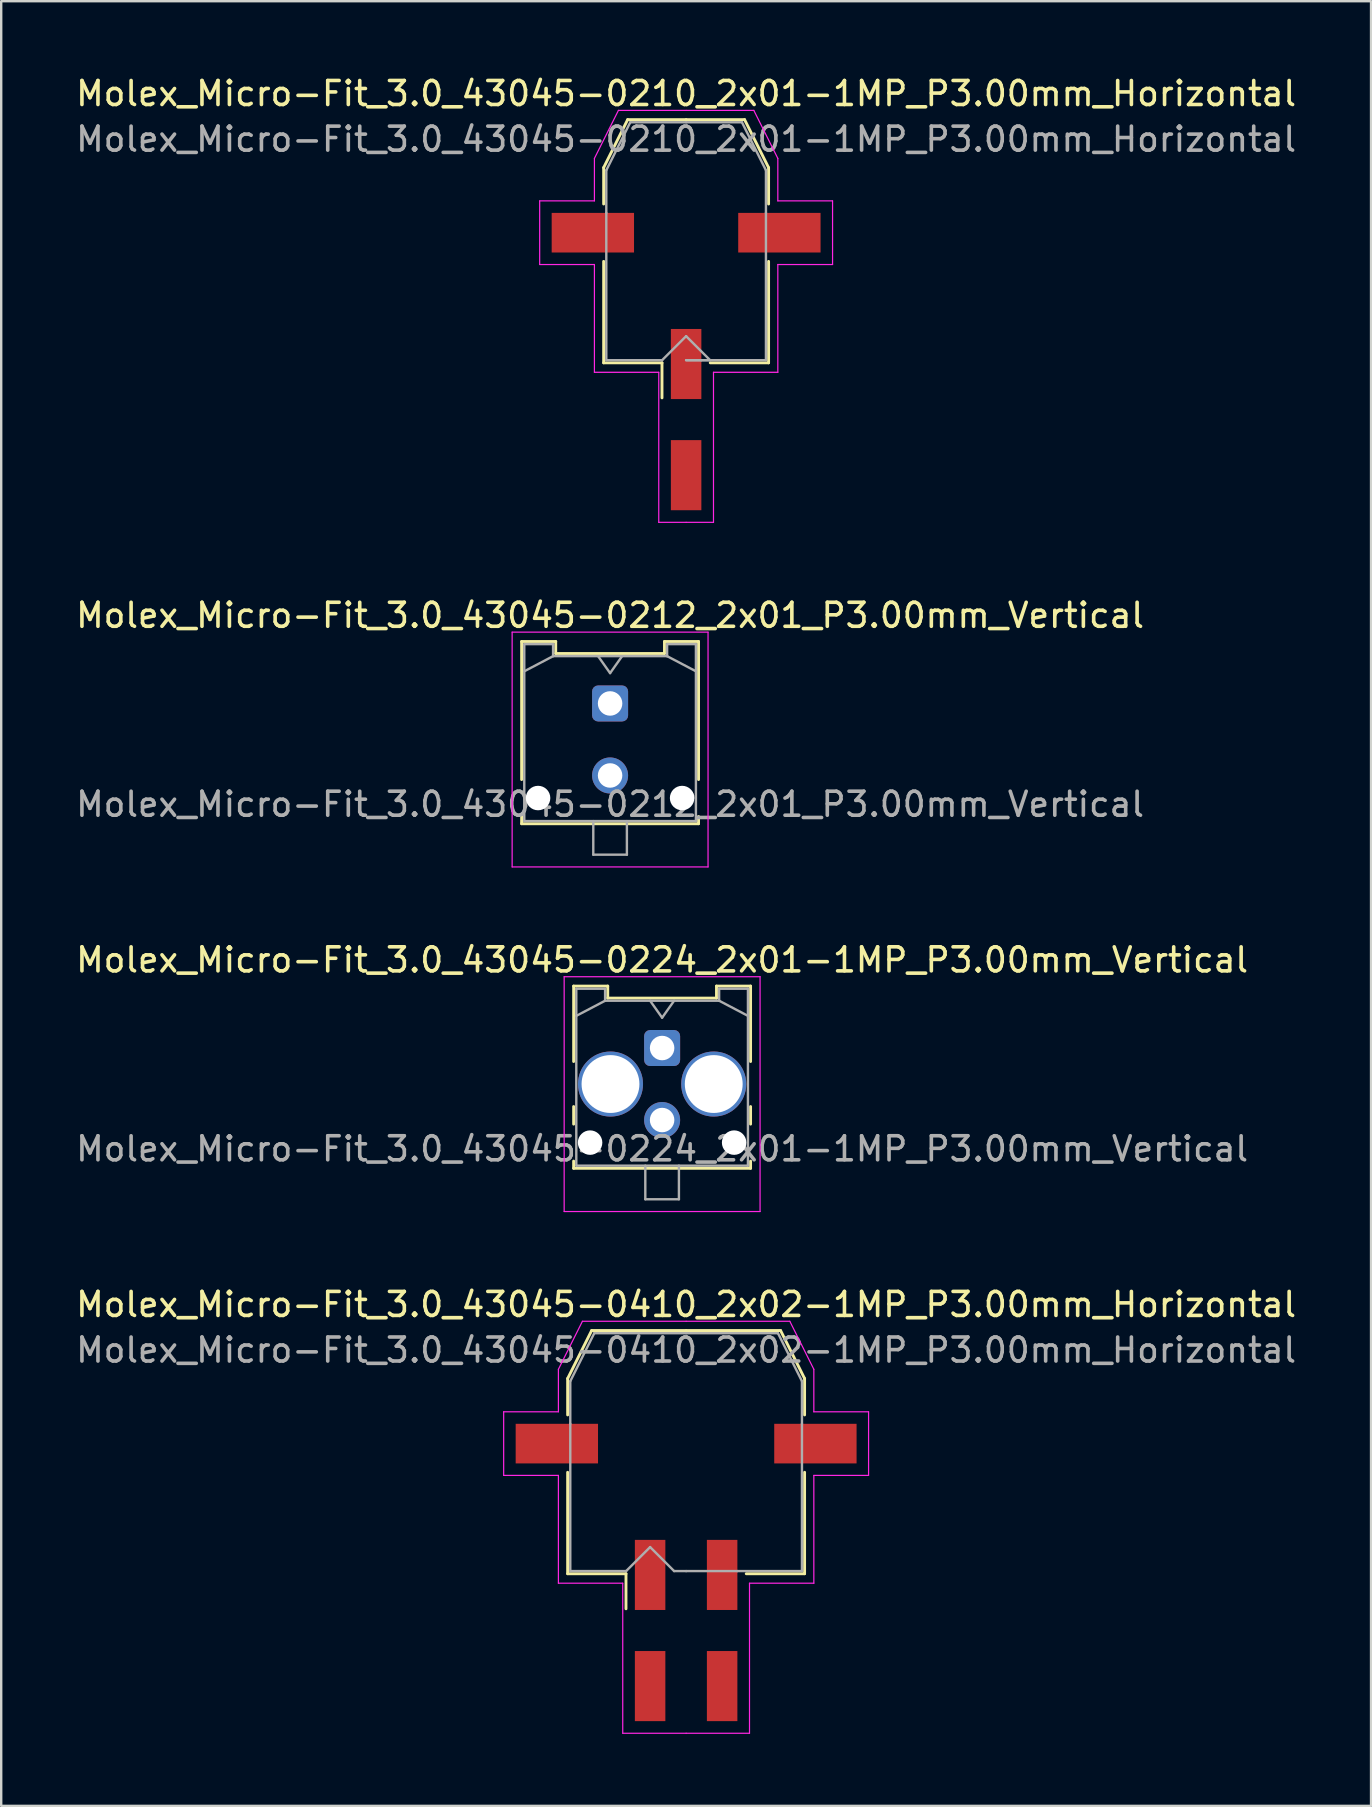
<source format=kicad_pcb>
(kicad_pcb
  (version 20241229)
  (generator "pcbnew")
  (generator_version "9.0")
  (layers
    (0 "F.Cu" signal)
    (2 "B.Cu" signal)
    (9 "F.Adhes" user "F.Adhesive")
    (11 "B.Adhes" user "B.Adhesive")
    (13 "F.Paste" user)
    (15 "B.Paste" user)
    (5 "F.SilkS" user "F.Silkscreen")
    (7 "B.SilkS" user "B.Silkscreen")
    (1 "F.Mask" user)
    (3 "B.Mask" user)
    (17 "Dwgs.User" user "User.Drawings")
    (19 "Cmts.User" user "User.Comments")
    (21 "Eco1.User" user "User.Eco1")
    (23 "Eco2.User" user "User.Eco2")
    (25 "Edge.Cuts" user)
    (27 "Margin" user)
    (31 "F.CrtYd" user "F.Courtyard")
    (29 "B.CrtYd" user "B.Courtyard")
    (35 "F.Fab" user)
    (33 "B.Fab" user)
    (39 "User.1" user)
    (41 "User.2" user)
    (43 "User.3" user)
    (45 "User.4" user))
  (footprint "Molex_Micro-Fit_3.0_43045-0212_2x01_P3.00mm_Vertical"
    (layer "F.Cu")
    (at 22.363 26.252)
    (property "Reference" "Molex_Micro-Fit_3.0_43045-0212_2x01_P3.00mm_Vertical" (at 0 -3.67 0) (layer "F.SilkS") (effects (font (size 1 1) (thickness 0.15))))
    (fp_line (start -3.685 -2.58) (end -2.265 -2.58) (stroke (width 0.12) (type solid)) (layer "F.SilkS"))
    (fp_line (start -3.685 3.17) (end -3.685 -2.58) (stroke (width 0.12) (type solid)) (layer "F.SilkS"))
    (fp_line (start -3.685 4.71) (end -3.685 5.01) (stroke (width 0.12) (type solid)) (layer "F.SilkS"))
    (fp_line (start -3.685 5.01) (end 3.685 5.01) (stroke (width 0.12) (type solid)) (layer "F.SilkS"))
    (fp_line (start -2.265 -2.58) (end -2.265 -2.08) (stroke (width 0.12) (type solid)) (layer "F.SilkS"))
    (fp_line (start -2.265 -2.08) (end 2.265 -2.08) (stroke (width 0.12) (type solid)) (layer "F.SilkS"))
    (fp_line (start 2.265 -2.58) (end 3.685 -2.58) (stroke (width 0.12) (type solid)) (layer "F.SilkS"))
    (fp_line (start 2.265 -2.08) (end 2.265 -2.58) (stroke (width 0.12) (type solid)) (layer "F.SilkS"))
    (fp_line (start 3.685 -2.58) (end 3.685 3.17) (stroke (width 0.12) (type solid)) (layer "F.SilkS"))
    (fp_line (start 3.685 5.01) (end 3.685 4.71) (stroke (width 0.12) (type solid)) (layer "F.SilkS"))
    (fp_line (start -4.08 -2.97) (end 4.08 -2.97) (stroke (width 0.05) (type solid)) (layer "F.CrtYd"))
    (fp_line (start -4.08 6.81) (end -4.08 -2.97) (stroke (width 0.05) (type solid)) (layer "F.CrtYd"))
    (fp_line (start 4.08 -2.97) (end 4.08 6.81) (stroke (width 0.05) (type solid)) (layer "F.CrtYd"))
    (fp_line (start 4.08 6.81) (end -4.08 6.81) (stroke (width 0.05) (type solid)) (layer "F.CrtYd"))
    (fp_line (start -3.575 -2.47) (end -3.575 4.9) (stroke (width 0.1) (type solid)) (layer "F.Fab"))
    (fp_line (start -3.575 -1.34) (end -2.375 -1.97) (stroke (width 0.1) (type solid)) (layer "F.Fab"))
    (fp_line (start -3.575 4.9) (end 3.575 4.9) (stroke (width 0.1) (type solid)) (layer "F.Fab"))
    (fp_line (start -2.375 -2.47) (end -3.575 -2.47) (stroke (width 0.1) (type solid)) (layer "F.Fab"))
    (fp_line (start -2.375 -1.97) (end -2.375 -2.47) (stroke (width 0.1) (type solid)) (layer "F.Fab"))
    (fp_line (start -0.7 4.9) (end -0.7 6.3) (stroke (width 0.1) (type solid)) (layer "F.Fab"))
    (fp_line (start -0.7 6.3) (end 0.7 6.3) (stroke (width 0.1) (type solid)) (layer "F.Fab"))
    (fp_line (start -0.5 -1.97) (end 0 -1.263) (stroke (width 0.1) (type solid)) (layer "F.Fab"))
    (fp_line (start 0 -1.263) (end 0.5 -1.97) (stroke (width 0.1) (type solid)) (layer "F.Fab"))
    (fp_line (start 0.7 6.3) (end 0.7 4.9) (stroke (width 0.1) (type solid)) (layer "F.Fab"))
    (fp_line (start 2.375 -2.47) (end 2.375 -1.97) (stroke (width 0.1) (type solid)) (layer "F.Fab"))
    (fp_line (start 2.375 -1.97) (end -2.375 -1.97) (stroke (width 0.1) (type solid)) (layer "F.Fab"))
    (fp_line (start 3.575 -2.47) (end 2.375 -2.47) (stroke (width 0.1) (type solid)) (layer "F.Fab"))
    (fp_line (start 3.575 -1.34) (end 2.375 -1.97) (stroke (width 0.1) (type solid)) (layer "F.Fab"))
    (fp_line (start 3.575 4.9) (end 3.575 -2.47) (stroke (width 0.1) (type solid)) (layer "F.Fab"))
    (fp_text user "${REFERENCE}" (at 0 4.2 0) (layer "F.Fab") (effects (font (size 1 1) (thickness 0.15))))
    (pad "" np_thru_hole circle (at -3 3.94) (size 1.02 1.02) (drill 1.02) (layers "*.Cu" "*.Mask"))
    (pad "" np_thru_hole circle (at 3 3.94) (size 1.02 1.02) (drill 1.02) (layers "*.Cu" "*.Mask"))
    (pad "1" thru_hole roundrect (at 0 0) (size 1.5 1.5) (drill 1.02) (layers "*.Cu" "*.Mask") (roundrect_rratio 0.167))
    (pad "2" thru_hole circle (at 0 3) (size 1.5 1.5) (drill 1.02) (layers "*.Cu" "*.Mask")))
  (footprint "Molex_Micro-Fit_3.0_43045-0224_2x01-1MP_P3.00mm_Vertical"
    (layer "F.Cu")
    (at 24.53 40.605)
    (property "Reference" "Molex_Micro-Fit_3.0_43045-0224_2x01-1MP_P3.00mm_Vertical" (at 0 -3.67 0) (layer "F.SilkS") (effects (font (size 1 1) (thickness 0.15))))
    (fp_line (start -3.685 -2.58) (end -2.265 -2.58) (stroke (width 0.12) (type solid)) (layer "F.SilkS"))
    (fp_line (start -3.685 0.562) (end -3.685 -2.58) (stroke (width 0.12) (type solid)) (layer "F.SilkS"))
    (fp_line (start -3.685 2.438) (end -3.685 3.17) (stroke (width 0.12) (type solid)) (layer "F.SilkS"))
    (fp_line (start -3.685 4.71) (end -3.685 5.01) (stroke (width 0.12) (type solid)) (layer "F.SilkS"))
    (fp_line (start -3.685 5.01) (end 3.685 5.01) (stroke (width 0.12) (type solid)) (layer "F.SilkS"))
    (fp_line (start -2.265 -2.58) (end -2.265 -2.08) (stroke (width 0.12) (type solid)) (layer "F.SilkS"))
    (fp_line (start -2.265 -2.08) (end 2.265 -2.08) (stroke (width 0.12) (type solid)) (layer "F.SilkS"))
    (fp_line (start 2.265 -2.58) (end 3.685 -2.58) (stroke (width 0.12) (type solid)) (layer "F.SilkS"))
    (fp_line (start 2.265 -2.08) (end 2.265 -2.58) (stroke (width 0.12) (type solid)) (layer "F.SilkS"))
    (fp_line (start 3.685 -2.58) (end 3.685 0.562) (stroke (width 0.12) (type solid)) (layer "F.SilkS"))
    (fp_line (start 3.685 2.438) (end 3.685 3.17) (stroke (width 0.12) (type solid)) (layer "F.SilkS"))
    (fp_line (start 3.685 5.01) (end 3.685 4.71) (stroke (width 0.12) (type solid)) (layer "F.SilkS"))
    (fp_line (start -4.08 -2.97) (end 4.08 -2.97) (stroke (width 0.05) (type solid)) (layer "F.CrtYd"))
    (fp_line (start -4.08 6.81) (end -4.08 -2.97) (stroke (width 0.05) (type solid)) (layer "F.CrtYd"))
    (fp_line (start 4.08 -2.97) (end 4.08 6.81) (stroke (width 0.05) (type solid)) (layer "F.CrtYd"))
    (fp_line (start 4.08 6.81) (end -4.08 6.81) (stroke (width 0.05) (type solid)) (layer "F.CrtYd"))
    (fp_line (start -3.575 -2.47) (end -3.575 4.9) (stroke (width 0.1) (type solid)) (layer "F.Fab"))
    (fp_line (start -3.575 -1.34) (end -2.375 -1.97) (stroke (width 0.1) (type solid)) (layer "F.Fab"))
    (fp_line (start -3.575 4.9) (end 3.575 4.9) (stroke (width 0.1) (type solid)) (layer "F.Fab"))
    (fp_line (start -2.375 -2.47) (end -3.575 -2.47) (stroke (width 0.1) (type solid)) (layer "F.Fab"))
    (fp_line (start -2.375 -1.97) (end -2.375 -2.47) (stroke (width 0.1) (type solid)) (layer "F.Fab"))
    (fp_line (start -0.7 4.9) (end -0.7 6.3) (stroke (width 0.1) (type solid)) (layer "F.Fab"))
    (fp_line (start -0.7 6.3) (end 0.7 6.3) (stroke (width 0.1) (type solid)) (layer "F.Fab"))
    (fp_line (start -0.5 -1.97) (end 0 -1.263) (stroke (width 0.1) (type solid)) (layer "F.Fab"))
    (fp_line (start 0 -1.263) (end 0.5 -1.97) (stroke (width 0.1) (type solid)) (layer "F.Fab"))
    (fp_line (start 0.7 6.3) (end 0.7 4.9) (stroke (width 0.1) (type solid)) (layer "F.Fab"))
    (fp_line (start 2.375 -2.47) (end 2.375 -1.97) (stroke (width 0.1) (type solid)) (layer "F.Fab"))
    (fp_line (start 2.375 -1.97) (end -2.375 -1.97) (stroke (width 0.1) (type solid)) (layer "F.Fab"))
    (fp_line (start 3.575 -2.47) (end 2.375 -2.47) (stroke (width 0.1) (type solid)) (layer "F.Fab"))
    (fp_line (start 3.575 -1.34) (end 2.375 -1.97) (stroke (width 0.1) (type solid)) (layer "F.Fab"))
    (fp_line (start 3.575 4.9) (end 3.575 -2.47) (stroke (width 0.1) (type solid)) (layer "F.Fab"))
    (fp_text user "${REFERENCE}" (at 0 4.2 0) (layer "F.Fab") (effects (font (size 1 1) (thickness 0.15))))
    (pad "" np_thru_hole circle (at -3 3.94) (size 1.02 1.02) (drill 1.02) (layers "*.Cu" "*.Mask"))
    (pad "" np_thru_hole circle (at 3 3.94) (size 1.02 1.02) (drill 1.02) (layers "*.Cu" "*.Mask"))
    (pad "1" thru_hole roundrect (at 0 0) (size 1.5 1.5) (drill 1.02) (layers "*.Cu" "*.Mask") (roundrect_rratio 0.167))
    (pad "2" thru_hole circle (at 0 3) (size 1.5 1.5) (drill 1.02) (layers "*.Cu" "*.Mask"))
    (pad "MP" thru_hole circle (at -2.15 1.5) (size 2.71 2.71) (drill 2.41) (layers "*.Cu" "*.Mask"))
    (pad "MP" thru_hole circle (at 2.15 1.5) (size 2.71 2.71) (drill 2.41) (layers "*.Cu" "*.Mask")))
  (footprint "Molex_Micro-Fit_3.0_43045-0410_2x02-1MP_P3.00mm_Horizontal"
    (layer "F.Cu")
    (at 25.53 64.868)
    (property "Reference" "Molex_Micro-Fit_3.0_43045-0410_2x02-1MP_P3.00mm_Horizontal" (at 0 -13.58 0) (layer "F.SilkS") (effects (font (size 1 1) (thickness 0.15))))
    (attr smd)
    (fp_line (start -4.935 -10.495) (end -4.935 -8.98) (stroke (width 0.12) (type solid)) (layer "F.SilkS"))
    (fp_line (start -4.935 -6.59) (end -4.935 -2.365) (stroke (width 0.12) (type solid)) (layer "F.SilkS"))
    (fp_line (start -4.935 -2.365) (end -2.505 -2.365) (stroke (width 0.12) (type solid)) (layer "F.SilkS"))
    (fp_line (start -3.935 -12.495) (end -4.935 -10.495) (stroke (width 0.12) (type solid)) (layer "F.SilkS"))
    (fp_line (start -2.505 -2.365) (end -2.505 -0.905) (stroke (width 0.12) (type solid)) (layer "F.SilkS"))
    (fp_line (start 0 -12.495) (end -3.935 -12.495) (stroke (width 0.12) (type solid)) (layer "F.SilkS"))
    (fp_line (start 0 -12.495) (end 3.935 -12.495) (stroke (width 0.12) (type solid)) (layer "F.SilkS"))
    (fp_line (start 3.935 -12.495) (end 4.935 -10.495) (stroke (width 0.12) (type solid)) (layer "F.SilkS"))
    (fp_line (start 4.935 -10.495) (end 4.935 -8.98) (stroke (width 0.12) (type solid)) (layer "F.SilkS"))
    (fp_line (start 4.935 -6.59) (end 4.935 -2.365) (stroke (width 0.12) (type solid)) (layer "F.SilkS"))
    (fp_line (start 4.935 -2.365) (end 2.505 -2.365) (stroke (width 0.12) (type solid)) (layer "F.SilkS"))
    (fp_line (start -7.6 -9.11) (end -7.6 -6.46) (stroke (width 0.05) (type solid)) (layer "F.CrtYd"))
    (fp_line (start -7.6 -6.46) (end -5.32 -6.46) (stroke (width 0.05) (type solid)) (layer "F.CrtYd"))
    (fp_line (start -5.32 -10.88) (end -5.32 -9.11) (stroke (width 0.05) (type solid)) (layer "F.CrtYd"))
    (fp_line (start -5.32 -9.11) (end -7.6 -9.11) (stroke (width 0.05) (type solid)) (layer "F.CrtYd"))
    (fp_line (start -5.32 -6.46) (end -5.32 -1.97) (stroke (width 0.05) (type solid)) (layer "F.CrtYd"))
    (fp_line (start -5.32 -1.97) (end -2.64 -1.97) (stroke (width 0.05) (type solid)) (layer "F.CrtYd"))
    (fp_line (start -4.32 -12.88) (end -5.32 -10.88) (stroke (width 0.05) (type solid)) (layer "F.CrtYd"))
    (fp_line (start -2.64 -1.97) (end -2.64 4.28) (stroke (width 0.05) (type solid)) (layer "F.CrtYd"))
    (fp_line (start -2.64 4.28) (end 0 4.28) (stroke (width 0.05) (type solid)) (layer "F.CrtYd"))
    (fp_line (start 0 -12.88) (end -4.32 -12.88) (stroke (width 0.05) (type solid)) (layer "F.CrtYd"))
    (fp_line (start 0 -12.88) (end 4.32 -12.88) (stroke (width 0.05) (type solid)) (layer "F.CrtYd"))
    (fp_line (start 2.64 -1.97) (end 2.64 4.28) (stroke (width 0.05) (type solid)) (layer "F.CrtYd"))
    (fp_line (start 2.64 4.28) (end 0 4.28) (stroke (width 0.05) (type solid)) (layer "F.CrtYd"))
    (fp_line (start 4.32 -12.88) (end 5.32 -10.88) (stroke (width 0.05) (type solid)) (layer "F.CrtYd"))
    (fp_line (start 5.32 -10.88) (end 5.32 -9.11) (stroke (width 0.05) (type solid)) (layer "F.CrtYd"))
    (fp_line (start 5.32 -9.11) (end 7.6 -9.11) (stroke (width 0.05) (type solid)) (layer "F.CrtYd"))
    (fp_line (start 5.32 -6.46) (end 5.32 -1.97) (stroke (width 0.05) (type solid)) (layer "F.CrtYd"))
    (fp_line (start 5.32 -1.97) (end 2.64 -1.97) (stroke (width 0.05) (type solid)) (layer "F.CrtYd"))
    (fp_line (start 7.6 -9.11) (end 7.6 -6.46) (stroke (width 0.05) (type solid)) (layer "F.CrtYd"))
    (fp_line (start 7.6 -6.46) (end 5.32 -6.46) (stroke (width 0.05) (type solid)) (layer "F.CrtYd"))
    (fp_line (start -4.825 -10.385) (end -4.825 -8.61) (stroke (width 0.1) (type solid)) (layer "F.Fab"))
    (fp_line (start -4.825 -8.61) (end -4.825 -2.475) (stroke (width 0.1) (type solid)) (layer "F.Fab"))
    (fp_line (start -4.825 -2.475) (end -2.5 -2.475) (stroke (width 0.1) (type solid)) (layer "F.Fab"))
    (fp_line (start -3.825 -12.385) (end -4.825 -10.385) (stroke (width 0.1) (type solid)) (layer "F.Fab"))
    (fp_line (start -2.5 -2.475) (end -1.5 -3.475) (stroke (width 0.1) (type solid)) (layer "F.Fab"))
    (fp_line (start -1.5 -3.475) (end -0.5 -2.475) (stroke (width 0.1) (type solid)) (layer "F.Fab"))
    (fp_line (start -0.5 -2.475) (end 0 -2.475) (stroke (width 0.1) (type solid)) (layer "F.Fab"))
    (fp_line (start 0 -12.385) (end -3.825 -12.385) (stroke (width 0.1) (type solid)) (layer "F.Fab"))
    (fp_line (start 0 -12.385) (end 3.825 -12.385) (stroke (width 0.1) (type solid)) (layer "F.Fab"))
    (fp_line (start 2.135 -2.475) (end 0 -2.475) (stroke (width 0.1) (type solid)) (layer "F.Fab"))
    (fp_line (start 3.825 -12.385) (end 4.825 -10.385) (stroke (width 0.1) (type solid)) (layer "F.Fab"))
    (fp_line (start 4.825 -10.385) (end 4.825 -8.61) (stroke (width 0.1) (type solid)) (layer "F.Fab"))
    (fp_line (start 4.825 -8.61) (end 4.825 -2.475) (stroke (width 0.1) (type solid)) (layer "F.Fab"))
    (fp_line (start 4.825 -2.475) (end 2.135 -2.475) (stroke (width 0.1) (type solid)) (layer "F.Fab"))
    (fp_text user "${REFERENCE}" (at 0 -11.68 0) (layer "F.Fab") (effects (font (size 1 1) (thickness 0.15))))
    (pad "1" smd rect (at -1.5 -2.315) (size 1.27 2.92) (layers "F.Cu" "F.Mask" "F.Paste"))
    (pad "2" smd rect (at 1.5 -2.315) (size 1.27 2.92) (layers "F.Cu" "F.Mask" "F.Paste"))
    (pad "3" smd rect (at -1.5 2.315) (size 1.27 2.92) (layers "F.Cu" "F.Mask" "F.Paste"))
    (pad "4" smd rect (at 1.5 2.315) (size 1.27 2.92) (layers "F.Cu" "F.Mask" "F.Paste"))
    (pad "MP" smd rect (at -5.385 -7.785) (size 3.43 1.65) (layers "F.Cu" "F.Mask" "F.Paste"))
    (pad "MP" smd rect (at 5.385 -7.785) (size 3.43 1.65) (layers "F.Cu" "F.Mask" "F.Paste")))
  (footprint "Molex_Micro-Fit_3.0_43045-0210_2x01-1MP_P3.00mm_Horizontal"
    (layer "F.Cu")
    (at 25.53 14.428)
    (property "Reference" "Molex_Micro-Fit_3.0_43045-0210_2x01-1MP_P3.00mm_Horizontal" (at 0 -13.58 0) (layer "F.SilkS") (effects (font (size 1 1) (thickness 0.15))))
    (attr smd)
    (fp_line (start -3.435 -10.495) (end -3.435 -8.98) (stroke (width 0.12) (type solid)) (layer "F.SilkS"))
    (fp_line (start -3.435 -6.59) (end -3.435 -2.365) (stroke (width 0.12) (type solid)) (layer "F.SilkS"))
    (fp_line (start -3.435 -2.365) (end -1.005 -2.365) (stroke (width 0.12) (type solid)) (layer "F.SilkS"))
    (fp_line (start -2.435 -12.495) (end -3.435 -10.495) (stroke (width 0.12) (type solid)) (layer "F.SilkS"))
    (fp_line (start -1.005 -2.365) (end -1.005 -0.905) (stroke (width 0.12) (type solid)) (layer "F.SilkS"))
    (fp_line (start 0 -12.495) (end -2.435 -12.495) (stroke (width 0.12) (type solid)) (layer "F.SilkS"))
    (fp_line (start 0 -12.495) (end 2.435 -12.495) (stroke (width 0.12) (type solid)) (layer "F.SilkS"))
    (fp_line (start 2.435 -12.495) (end 3.435 -10.495) (stroke (width 0.12) (type solid)) (layer "F.SilkS"))
    (fp_line (start 3.435 -10.495) (end 3.435 -8.98) (stroke (width 0.12) (type solid)) (layer "F.SilkS"))
    (fp_line (start 3.435 -6.59) (end 3.435 -2.365) (stroke (width 0.12) (type solid)) (layer "F.SilkS"))
    (fp_line (start 3.435 -2.365) (end 1.005 -2.365) (stroke (width 0.12) (type solid)) (layer "F.SilkS"))
    (fp_line (start -6.1 -9.11) (end -6.1 -6.46) (stroke (width 0.05) (type solid)) (layer "F.CrtYd"))
    (fp_line (start -6.1 -6.46) (end -3.82 -6.46) (stroke (width 0.05) (type solid)) (layer "F.CrtYd"))
    (fp_line (start -3.82 -10.88) (end -3.82 -9.11) (stroke (width 0.05) (type solid)) (layer "F.CrtYd"))
    (fp_line (start -3.82 -9.11) (end -6.1 -9.11) (stroke (width 0.05) (type solid)) (layer "F.CrtYd"))
    (fp_line (start -3.82 -6.46) (end -3.82 -1.97) (stroke (width 0.05) (type solid)) (layer "F.CrtYd"))
    (fp_line (start -3.82 -1.97) (end -1.14 -1.97) (stroke (width 0.05) (type solid)) (layer "F.CrtYd"))
    (fp_line (start -2.82 -12.88) (end -3.82 -10.88) (stroke (width 0.05) (type solid)) (layer "F.CrtYd"))
    (fp_line (start -1.14 -1.97) (end -1.14 4.28) (stroke (width 0.05) (type solid)) (layer "F.CrtYd"))
    (fp_line (start -1.14 4.28) (end 0 4.28) (stroke (width 0.05) (type solid)) (layer "F.CrtYd"))
    (fp_line (start 0 -12.88) (end -2.82 -12.88) (stroke (width 0.05) (type solid)) (layer "F.CrtYd"))
    (fp_line (start 0 -12.88) (end 2.82 -12.88) (stroke (width 0.05) (type solid)) (layer "F.CrtYd"))
    (fp_line (start 1.14 -1.97) (end 1.14 4.28) (stroke (width 0.05) (type solid)) (layer "F.CrtYd"))
    (fp_line (start 1.14 4.28) (end 0 4.28) (stroke (width 0.05) (type solid)) (layer "F.CrtYd"))
    (fp_line (start 2.82 -12.88) (end 3.82 -10.88) (stroke (width 0.05) (type solid)) (layer "F.CrtYd"))
    (fp_line (start 3.82 -10.88) (end 3.82 -9.11) (stroke (width 0.05) (type solid)) (layer "F.CrtYd"))
    (fp_line (start 3.82 -9.11) (end 6.1 -9.11) (stroke (width 0.05) (type solid)) (layer "F.CrtYd"))
    (fp_line (start 3.82 -6.46) (end 3.82 -1.97) (stroke (width 0.05) (type solid)) (layer "F.CrtYd"))
    (fp_line (start 3.82 -1.97) (end 1.14 -1.97) (stroke (width 0.05) (type solid)) (layer "F.CrtYd"))
    (fp_line (start 6.1 -9.11) (end 6.1 -6.46) (stroke (width 0.05) (type solid)) (layer "F.CrtYd"))
    (fp_line (start 6.1 -6.46) (end 3.82 -6.46) (stroke (width 0.05) (type solid)) (layer "F.CrtYd"))
    (fp_line (start -3.325 -10.385) (end -3.325 -8.61) (stroke (width 0.1) (type solid)) (layer "F.Fab"))
    (fp_line (start -3.325 -8.61) (end -3.325 -2.475) (stroke (width 0.1) (type solid)) (layer "F.Fab"))
    (fp_line (start -3.325 -2.475) (end -1 -2.475) (stroke (width 0.1) (type solid)) (layer "F.Fab"))
    (fp_line (start -2.325 -12.385) (end -3.325 -10.385) (stroke (width 0.1) (type solid)) (layer "F.Fab"))
    (fp_line (start -1 -2.475) (end 0 -3.475) (stroke (width 0.1) (type solid)) (layer "F.Fab"))
    (fp_line (start 0 -12.385) (end -2.325 -12.385) (stroke (width 0.1) (type solid)) (layer "F.Fab"))
    (fp_line (start 0 -12.385) (end 2.325 -12.385) (stroke (width 0.1) (type solid)) (layer "F.Fab"))
    (fp_line (start 0 -3.475) (end 1 -2.475) (stroke (width 0.1) (type solid)) (layer "F.Fab"))
    (fp_line (start 0.635 -2.475) (end 0 -2.475) (stroke (width 0.1) (type solid)) (layer "F.Fab"))
    (fp_line (start 1 -2.475) (end 0 -2.475) (stroke (width 0.1) (type solid)) (layer "F.Fab"))
    (fp_line (start 2.325 -12.385) (end 3.325 -10.385) (stroke (width 0.1) (type solid)) (layer "F.Fab"))
    (fp_line (start 3.325 -10.385) (end 3.325 -8.61) (stroke (width 0.1) (type solid)) (layer "F.Fab"))
    (fp_line (start 3.325 -8.61) (end 3.325 -2.475) (stroke (width 0.1) (type solid)) (layer "F.Fab"))
    (fp_line (start 3.325 -2.475) (end 0.635 -2.475) (stroke (width 0.1) (type solid)) (layer "F.Fab"))
    (fp_text user "${REFERENCE}" (at 0 -11.68 0) (layer "F.Fab") (effects (font (size 1 1) (thickness 0.15))))
    (pad "1" smd rect (at 0 -2.315) (size 1.27 2.92) (layers "F.Cu" "F.Mask" "F.Paste"))
    (pad "2" smd rect (at 0 2.315) (size 1.27 2.92) (layers "F.Cu" "F.Mask" "F.Paste"))
    (pad "MP" smd rect (at -3.885 -7.785) (size 3.43 1.65) (layers "F.Cu" "F.Mask" "F.Paste"))
    (pad "MP" smd rect (at 3.885 -7.785) (size 3.43 1.65) (layers "F.Cu" "F.Mask" "F.Paste")))
  (gr_rect
    (start -3 -3)
    (end 54.06 72.173)
    (stroke (width 0.1) (type default))
    (fill no)
    (layer "Edge.Cuts")))
</source>
